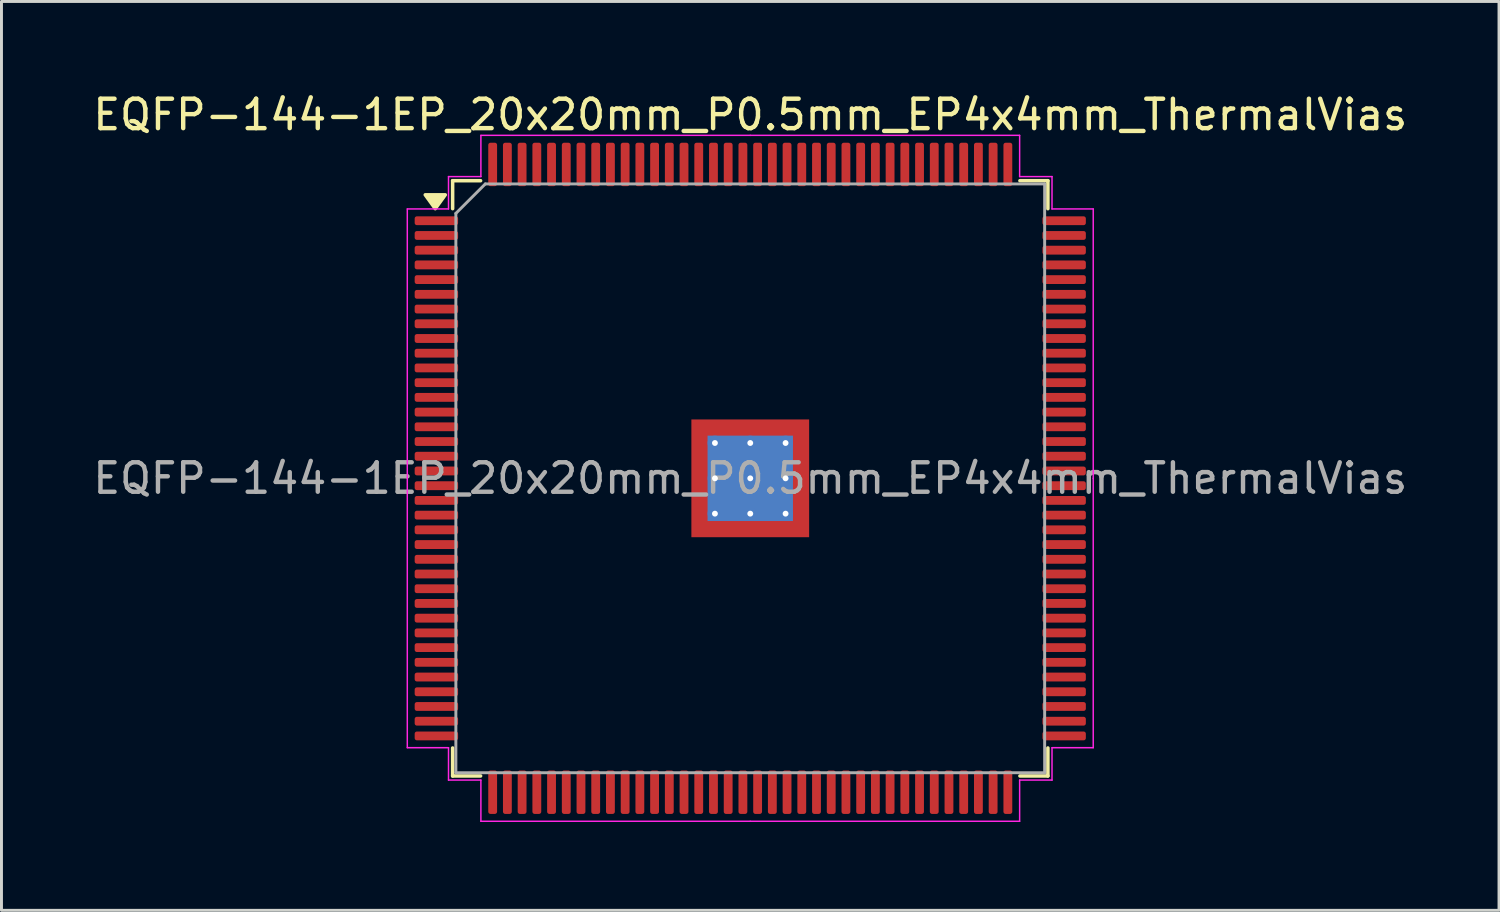
<source format=kicad_pcb>
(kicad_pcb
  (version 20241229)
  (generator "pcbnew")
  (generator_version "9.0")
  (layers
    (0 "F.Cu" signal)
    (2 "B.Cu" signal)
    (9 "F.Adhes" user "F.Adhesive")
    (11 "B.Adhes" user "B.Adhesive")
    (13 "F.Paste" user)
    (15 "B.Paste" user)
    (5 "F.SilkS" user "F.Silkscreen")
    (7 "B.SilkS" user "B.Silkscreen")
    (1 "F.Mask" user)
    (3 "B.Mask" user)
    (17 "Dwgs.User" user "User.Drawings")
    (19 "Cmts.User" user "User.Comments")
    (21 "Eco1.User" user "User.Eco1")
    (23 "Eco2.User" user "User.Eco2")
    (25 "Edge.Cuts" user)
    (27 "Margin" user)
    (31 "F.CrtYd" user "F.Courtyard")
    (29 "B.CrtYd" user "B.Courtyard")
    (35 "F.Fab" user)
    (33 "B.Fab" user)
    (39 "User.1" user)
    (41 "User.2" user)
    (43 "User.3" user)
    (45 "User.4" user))
  (footprint "EQFP-144-1EP_20x20mm_P0.5mm_EP4x4mm_ThermalVias"
    (layer "F.Cu")
    (at 22.435 13.198)
    (property "Reference" "EQFP-144-1EP_20x20mm_P0.5mm_EP4x4mm_ThermalVias" (at 0 -12.35 0) (layer "F.SilkS") (effects (font (size 1 1) (thickness 0.15))))
    (attr smd)
    (fp_line (start -10.11 -10.11) (end -10.11 -9.16) (stroke (width 0.12) (type solid)) (layer "F.SilkS"))
    (fp_line (start -10.11 10.11) (end -10.11 9.16) (stroke (width 0.12) (type solid)) (layer "F.SilkS"))
    (fp_line (start -9.16 -10.11) (end -10.11 -10.11) (stroke (width 0.12) (type solid)) (layer "F.SilkS"))
    (fp_line (start -9.16 10.11) (end -10.11 10.11) (stroke (width 0.12) (type solid)) (layer "F.SilkS"))
    (fp_line (start 9.16 -10.11) (end 10.11 -10.11) (stroke (width 0.12) (type solid)) (layer "F.SilkS"))
    (fp_line (start 9.16 10.11) (end 10.11 10.11) (stroke (width 0.12) (type solid)) (layer "F.SilkS"))
    (fp_line (start 10.11 -10.11) (end 10.11 -9.16) (stroke (width 0.12) (type solid)) (layer "F.SilkS"))
    (fp_line (start 10.11 10.11) (end 10.11 9.16) (stroke (width 0.12) (type solid)) (layer "F.SilkS"))
    (fp_poly (pts (xy -10.7 -9.16) (xy -11.04 -9.63) (xy -10.36 -9.63) (xy -10.7 -9.16)) (stroke (width 0.12) (type solid)) (fill yes) (layer "F.SilkS"))
    (fp_line (start -11.65 -9.15) (end -11.65 0) (stroke (width 0.05) (type solid)) (layer "F.CrtYd"))
    (fp_line (start -11.65 9.15) (end -11.65 0) (stroke (width 0.05) (type solid)) (layer "F.CrtYd"))
    (fp_line (start -10.25 -10.25) (end -10.25 -9.15) (stroke (width 0.05) (type solid)) (layer "F.CrtYd"))
    (fp_line (start -10.25 -9.15) (end -11.65 -9.15) (stroke (width 0.05) (type solid)) (layer "F.CrtYd"))
    (fp_line (start -10.25 9.15) (end -11.65 9.15) (stroke (width 0.05) (type solid)) (layer "F.CrtYd"))
    (fp_line (start -10.25 10.25) (end -10.25 9.15) (stroke (width 0.05) (type solid)) (layer "F.CrtYd"))
    (fp_line (start -9.15 -11.65) (end -9.15 -10.25) (stroke (width 0.05) (type solid)) (layer "F.CrtYd"))
    (fp_line (start -9.15 -10.25) (end -10.25 -10.25) (stroke (width 0.05) (type solid)) (layer "F.CrtYd"))
    (fp_line (start -9.15 10.25) (end -10.25 10.25) (stroke (width 0.05) (type solid)) (layer "F.CrtYd"))
    (fp_line (start -9.15 11.65) (end -9.15 10.25) (stroke (width 0.05) (type solid)) (layer "F.CrtYd"))
    (fp_line (start 0 -11.65) (end -9.15 -11.65) (stroke (width 0.05) (type solid)) (layer "F.CrtYd"))
    (fp_line (start 0 -11.65) (end 9.15 -11.65) (stroke (width 0.05) (type solid)) (layer "F.CrtYd"))
    (fp_line (start 0 11.65) (end -9.15 11.65) (stroke (width 0.05) (type solid)) (layer "F.CrtYd"))
    (fp_line (start 0 11.65) (end 9.15 11.65) (stroke (width 0.05) (type solid)) (layer "F.CrtYd"))
    (fp_line (start 9.15 -11.65) (end 9.15 -10.25) (stroke (width 0.05) (type solid)) (layer "F.CrtYd"))
    (fp_line (start 9.15 -10.25) (end 10.25 -10.25) (stroke (width 0.05) (type solid)) (layer "F.CrtYd"))
    (fp_line (start 9.15 10.25) (end 10.25 10.25) (stroke (width 0.05) (type solid)) (layer "F.CrtYd"))
    (fp_line (start 9.15 11.65) (end 9.15 10.25) (stroke (width 0.05) (type solid)) (layer "F.CrtYd"))
    (fp_line (start 10.25 -10.25) (end 10.25 -9.15) (stroke (width 0.05) (type solid)) (layer "F.CrtYd"))
    (fp_line (start 10.25 -9.15) (end 11.65 -9.15) (stroke (width 0.05) (type solid)) (layer "F.CrtYd"))
    (fp_line (start 10.25 9.15) (end 11.65 9.15) (stroke (width 0.05) (type solid)) (layer "F.CrtYd"))
    (fp_line (start 10.25 10.25) (end 10.25 9.15) (stroke (width 0.05) (type solid)) (layer "F.CrtYd"))
    (fp_line (start 11.65 -9.15) (end 11.65 0) (stroke (width 0.05) (type solid)) (layer "F.CrtYd"))
    (fp_line (start 11.65 9.15) (end 11.65 0) (stroke (width 0.05) (type solid)) (layer "F.CrtYd"))
    (fp_line (start -10 -9) (end -9 -10) (stroke (width 0.1) (type solid)) (layer "F.Fab"))
    (fp_line (start -10 10) (end -10 -9) (stroke (width 0.1) (type solid)) (layer "F.Fab"))
    (fp_line (start -9 -10) (end 10 -10) (stroke (width 0.1) (type solid)) (layer "F.Fab"))
    (fp_line (start 10 -10) (end 10 10) (stroke (width 0.1) (type solid)) (layer "F.Fab"))
    (fp_line (start 10 10) (end -10 10) (stroke (width 0.1) (type solid)) (layer "F.Fab"))
    (fp_text user "${REFERENCE}" (at 0 0 0) (layer "F.Fab") (effects (font (size 1 1) (thickness 0.15))))
    (pad "" smd custom (at -1.6 -1.6) (size 0.555 0.555) (layers "F.Paste") (options (anchor circle)) (primitives (gr_poly (pts (xy -0.232 -0.232) (xy 0.232 -0.232) (xy 0.232 0.157) (xy 0.157 0.232) (xy -0.232 0.232)) (width 0.181) (fill yes))))
    (pad "" smd roundrect (at -1.6 -0.6) (size 0.645 0.967) (layers "F.Paste") (roundrect_rratio 0.25))
    (pad "" smd roundrect (at -1.6 0.6) (size 0.645 0.967) (layers "F.Paste") (roundrect_rratio 0.25))
    (pad "" smd custom (at -1.6 1.6) (size 0.555 0.555) (layers "F.Paste") (options (anchor circle)) (primitives (gr_poly (pts (xy -0.232 -0.232) (xy 0.157 -0.232) (xy 0.232 -0.157) (xy 0.232 0.232) (xy -0.232 0.232)) (width 0.181) (fill yes))))
    (pad "" smd roundrect (at -0.6 -1.6) (size 0.967 0.645) (layers "F.Paste") (roundrect_rratio 0.25))
    (pad "" smd roundrect (at -0.6 -0.6) (size 0.967 0.967) (layers "F.Paste") (roundrect_rratio 0.25))
    (pad "" smd roundrect (at -0.6 0.6) (size 0.967 0.967) (layers "F.Paste") (roundrect_rratio 0.25))
    (pad "" smd roundrect (at -0.6 1.6) (size 0.967 0.645) (layers "F.Paste") (roundrect_rratio 0.25))
    (pad "" smd roundrect (at 0.6 -1.6) (size 0.967 0.645) (layers "F.Paste") (roundrect_rratio 0.25))
    (pad "" smd roundrect (at 0.6 -0.6) (size 0.967 0.967) (layers "F.Paste") (roundrect_rratio 0.25))
    (pad "" smd roundrect (at 0.6 0.6) (size 0.967 0.967) (layers "F.Paste") (roundrect_rratio 0.25))
    (pad "" smd roundrect (at 0.6 1.6) (size 0.967 0.645) (layers "F.Paste") (roundrect_rratio 0.25))
    (pad "" smd custom (at 1.6 -1.6) (size 0.555 0.555) (layers "F.Paste") (options (anchor circle)) (primitives (gr_poly (pts (xy -0.232 -0.232) (xy 0.232 -0.232) (xy 0.232 0.232) (xy -0.157 0.232) (xy -0.232 0.157)) (width 0.181) (fill yes))))
    (pad "" smd roundrect (at 1.6 -0.6) (size 0.645 0.967) (layers "F.Paste") (roundrect_rratio 0.25))
    (pad "" smd roundrect (at 1.6 0.6) (size 0.645 0.967) (layers "F.Paste") (roundrect_rratio 0.25))
    (pad "" smd custom (at 1.6 1.6) (size 0.555 0.555) (layers "F.Paste") (options (anchor circle)) (primitives (gr_poly (pts (xy -0.232 -0.157) (xy -0.157 -0.232) (xy 0.232 -0.232) (xy 0.232 0.232) (xy -0.232 0.232)) (width 0.181) (fill yes))))
    (pad "1" smd roundrect (at -10.662 -8.75) (size 1.475 0.3) (layers "F.Cu" "F.Mask" "F.Paste") (roundrect_rratio 0.25))
    (pad "2" smd roundrect (at -10.662 -8.25) (size 1.475 0.3) (layers "F.Cu" "F.Mask" "F.Paste") (roundrect_rratio 0.25))
    (pad "3" smd roundrect (at -10.662 -7.75) (size 1.475 0.3) (layers "F.Cu" "F.Mask" "F.Paste") (roundrect_rratio 0.25))
    (pad "4" smd roundrect (at -10.662 -7.25) (size 1.475 0.3) (layers "F.Cu" "F.Mask" "F.Paste") (roundrect_rratio 0.25))
    (pad "5" smd roundrect (at -10.662 -6.75) (size 1.475 0.3) (layers "F.Cu" "F.Mask" "F.Paste") (roundrect_rratio 0.25))
    (pad "6" smd roundrect (at -10.662 -6.25) (size 1.475 0.3) (layers "F.Cu" "F.Mask" "F.Paste") (roundrect_rratio 0.25))
    (pad "7" smd roundrect (at -10.662 -5.75) (size 1.475 0.3) (layers "F.Cu" "F.Mask" "F.Paste") (roundrect_rratio 0.25))
    (pad "8" smd roundrect (at -10.662 -5.25) (size 1.475 0.3) (layers "F.Cu" "F.Mask" "F.Paste") (roundrect_rratio 0.25))
    (pad "9" smd roundrect (at -10.662 -4.75) (size 1.475 0.3) (layers "F.Cu" "F.Mask" "F.Paste") (roundrect_rratio 0.25))
    (pad "10" smd roundrect (at -10.662 -4.25) (size 1.475 0.3) (layers "F.Cu" "F.Mask" "F.Paste") (roundrect_rratio 0.25))
    (pad "11" smd roundrect (at -10.662 -3.75) (size 1.475 0.3) (layers "F.Cu" "F.Mask" "F.Paste") (roundrect_rratio 0.25))
    (pad "12" smd roundrect (at -10.662 -3.25) (size 1.475 0.3) (layers "F.Cu" "F.Mask" "F.Paste") (roundrect_rratio 0.25))
    (pad "13" smd roundrect (at -10.662 -2.75) (size 1.475 0.3) (layers "F.Cu" "F.Mask" "F.Paste") (roundrect_rratio 0.25))
    (pad "14" smd roundrect (at -10.662 -2.25) (size 1.475 0.3) (layers "F.Cu" "F.Mask" "F.Paste") (roundrect_rratio 0.25))
    (pad "15" smd roundrect (at -10.662 -1.75) (size 1.475 0.3) (layers "F.Cu" "F.Mask" "F.Paste") (roundrect_rratio 0.25))
    (pad "16" smd roundrect (at -10.662 -1.25) (size 1.475 0.3) (layers "F.Cu" "F.Mask" "F.Paste") (roundrect_rratio 0.25))
    (pad "17" smd roundrect (at -10.662 -0.75) (size 1.475 0.3) (layers "F.Cu" "F.Mask" "F.Paste") (roundrect_rratio 0.25))
    (pad "18" smd roundrect (at -10.662 -0.25) (size 1.475 0.3) (layers "F.Cu" "F.Mask" "F.Paste") (roundrect_rratio 0.25))
    (pad "19" smd roundrect (at -10.662 0.25) (size 1.475 0.3) (layers "F.Cu" "F.Mask" "F.Paste") (roundrect_rratio 0.25))
    (pad "20" smd roundrect (at -10.662 0.75) (size 1.475 0.3) (layers "F.Cu" "F.Mask" "F.Paste") (roundrect_rratio 0.25))
    (pad "21" smd roundrect (at -10.662 1.25) (size 1.475 0.3) (layers "F.Cu" "F.Mask" "F.Paste") (roundrect_rratio 0.25))
    (pad "22" smd roundrect (at -10.662 1.75) (size 1.475 0.3) (layers "F.Cu" "F.Mask" "F.Paste") (roundrect_rratio 0.25))
    (pad "23" smd roundrect (at -10.662 2.25) (size 1.475 0.3) (layers "F.Cu" "F.Mask" "F.Paste") (roundrect_rratio 0.25))
    (pad "24" smd roundrect (at -10.662 2.75) (size 1.475 0.3) (layers "F.Cu" "F.Mask" "F.Paste") (roundrect_rratio 0.25))
    (pad "25" smd roundrect (at -10.662 3.25) (size 1.475 0.3) (layers "F.Cu" "F.Mask" "F.Paste") (roundrect_rratio 0.25))
    (pad "26" smd roundrect (at -10.662 3.75) (size 1.475 0.3) (layers "F.Cu" "F.Mask" "F.Paste") (roundrect_rratio 0.25))
    (pad "27" smd roundrect (at -10.662 4.25) (size 1.475 0.3) (layers "F.Cu" "F.Mask" "F.Paste") (roundrect_rratio 0.25))
    (pad "28" smd roundrect (at -10.662 4.75) (size 1.475 0.3) (layers "F.Cu" "F.Mask" "F.Paste") (roundrect_rratio 0.25))
    (pad "29" smd roundrect (at -10.662 5.25) (size 1.475 0.3) (layers "F.Cu" "F.Mask" "F.Paste") (roundrect_rratio 0.25))
    (pad "30" smd roundrect (at -10.662 5.75) (size 1.475 0.3) (layers "F.Cu" "F.Mask" "F.Paste") (roundrect_rratio 0.25))
    (pad "31" smd roundrect (at -10.662 6.25) (size 1.475 0.3) (layers "F.Cu" "F.Mask" "F.Paste") (roundrect_rratio 0.25))
    (pad "32" smd roundrect (at -10.662 6.75) (size 1.475 0.3) (layers "F.Cu" "F.Mask" "F.Paste") (roundrect_rratio 0.25))
    (pad "33" smd roundrect (at -10.662 7.25) (size 1.475 0.3) (layers "F.Cu" "F.Mask" "F.Paste") (roundrect_rratio 0.25))
    (pad "34" smd roundrect (at -10.662 7.75) (size 1.475 0.3) (layers "F.Cu" "F.Mask" "F.Paste") (roundrect_rratio 0.25))
    (pad "35" smd roundrect (at -10.662 8.25) (size 1.475 0.3) (layers "F.Cu" "F.Mask" "F.Paste") (roundrect_rratio 0.25))
    (pad "36" smd roundrect (at -10.662 8.75) (size 1.475 0.3) (layers "F.Cu" "F.Mask" "F.Paste") (roundrect_rratio 0.25))
    (pad "37" smd roundrect (at -8.75 10.662) (size 0.3 1.475) (layers "F.Cu" "F.Mask" "F.Paste") (roundrect_rratio 0.25))
    (pad "38" smd roundrect (at -8.25 10.662) (size 0.3 1.475) (layers "F.Cu" "F.Mask" "F.Paste") (roundrect_rratio 0.25))
    (pad "39" smd roundrect (at -7.75 10.662) (size 0.3 1.475) (layers "F.Cu" "F.Mask" "F.Paste") (roundrect_rratio 0.25))
    (pad "40" smd roundrect (at -7.25 10.662) (size 0.3 1.475) (layers "F.Cu" "F.Mask" "F.Paste") (roundrect_rratio 0.25))
    (pad "41" smd roundrect (at -6.75 10.662) (size 0.3 1.475) (layers "F.Cu" "F.Mask" "F.Paste") (roundrect_rratio 0.25))
    (pad "42" smd roundrect (at -6.25 10.662) (size 0.3 1.475) (layers "F.Cu" "F.Mask" "F.Paste") (roundrect_rratio 0.25))
    (pad "43" smd roundrect (at -5.75 10.662) (size 0.3 1.475) (layers "F.Cu" "F.Mask" "F.Paste") (roundrect_rratio 0.25))
    (pad "44" smd roundrect (at -5.25 10.662) (size 0.3 1.475) (layers "F.Cu" "F.Mask" "F.Paste") (roundrect_rratio 0.25))
    (pad "45" smd roundrect (at -4.75 10.662) (size 0.3 1.475) (layers "F.Cu" "F.Mask" "F.Paste") (roundrect_rratio 0.25))
    (pad "46" smd roundrect (at -4.25 10.662) (size 0.3 1.475) (layers "F.Cu" "F.Mask" "F.Paste") (roundrect_rratio 0.25))
    (pad "47" smd roundrect (at -3.75 10.662) (size 0.3 1.475) (layers "F.Cu" "F.Mask" "F.Paste") (roundrect_rratio 0.25))
    (pad "48" smd roundrect (at -3.25 10.662) (size 0.3 1.475) (layers "F.Cu" "F.Mask" "F.Paste") (roundrect_rratio 0.25))
    (pad "49" smd roundrect (at -2.75 10.662) (size 0.3 1.475) (layers "F.Cu" "F.Mask" "F.Paste") (roundrect_rratio 0.25))
    (pad "50" smd roundrect (at -2.25 10.662) (size 0.3 1.475) (layers "F.Cu" "F.Mask" "F.Paste") (roundrect_rratio 0.25))
    (pad "51" smd roundrect (at -1.75 10.662) (size 0.3 1.475) (layers "F.Cu" "F.Mask" "F.Paste") (roundrect_rratio 0.25))
    (pad "52" smd roundrect (at -1.25 10.662) (size 0.3 1.475) (layers "F.Cu" "F.Mask" "F.Paste") (roundrect_rratio 0.25))
    (pad "53" smd roundrect (at -0.75 10.662) (size 0.3 1.475) (layers "F.Cu" "F.Mask" "F.Paste") (roundrect_rratio 0.25))
    (pad "54" smd roundrect (at -0.25 10.662) (size 0.3 1.475) (layers "F.Cu" "F.Mask" "F.Paste") (roundrect_rratio 0.25))
    (pad "55" smd roundrect (at 0.25 10.662) (size 0.3 1.475) (layers "F.Cu" "F.Mask" "F.Paste") (roundrect_rratio 0.25))
    (pad "56" smd roundrect (at 0.75 10.662) (size 0.3 1.475) (layers "F.Cu" "F.Mask" "F.Paste") (roundrect_rratio 0.25))
    (pad "57" smd roundrect (at 1.25 10.662) (size 0.3 1.475) (layers "F.Cu" "F.Mask" "F.Paste") (roundrect_rratio 0.25))
    (pad "58" smd roundrect (at 1.75 10.662) (size 0.3 1.475) (layers "F.Cu" "F.Mask" "F.Paste") (roundrect_rratio 0.25))
    (pad "59" smd roundrect (at 2.25 10.662) (size 0.3 1.475) (layers "F.Cu" "F.Mask" "F.Paste") (roundrect_rratio 0.25))
    (pad "60" smd roundrect (at 2.75 10.662) (size 0.3 1.475) (layers "F.Cu" "F.Mask" "F.Paste") (roundrect_rratio 0.25))
    (pad "61" smd roundrect (at 3.25 10.662) (size 0.3 1.475) (layers "F.Cu" "F.Mask" "F.Paste") (roundrect_rratio 0.25))
    (pad "62" smd roundrect (at 3.75 10.662) (size 0.3 1.475) (layers "F.Cu" "F.Mask" "F.Paste") (roundrect_rratio 0.25))
    (pad "63" smd roundrect (at 4.25 10.662) (size 0.3 1.475) (layers "F.Cu" "F.Mask" "F.Paste") (roundrect_rratio 0.25))
    (pad "64" smd roundrect (at 4.75 10.662) (size 0.3 1.475) (layers "F.Cu" "F.Mask" "F.Paste") (roundrect_rratio 0.25))
    (pad "65" smd roundrect (at 5.25 10.662) (size 0.3 1.475) (layers "F.Cu" "F.Mask" "F.Paste") (roundrect_rratio 0.25))
    (pad "66" smd roundrect (at 5.75 10.662) (size 0.3 1.475) (layers "F.Cu" "F.Mask" "F.Paste") (roundrect_rratio 0.25))
    (pad "67" smd roundrect (at 6.25 10.662) (size 0.3 1.475) (layers "F.Cu" "F.Mask" "F.Paste") (roundrect_rratio 0.25))
    (pad "68" smd roundrect (at 6.75 10.662) (size 0.3 1.475) (layers "F.Cu" "F.Mask" "F.Paste") (roundrect_rratio 0.25))
    (pad "69" smd roundrect (at 7.25 10.662) (size 0.3 1.475) (layers "F.Cu" "F.Mask" "F.Paste") (roundrect_rratio 0.25))
    (pad "70" smd roundrect (at 7.75 10.662) (size 0.3 1.475) (layers "F.Cu" "F.Mask" "F.Paste") (roundrect_rratio 0.25))
    (pad "71" smd roundrect (at 8.25 10.662) (size 0.3 1.475) (layers "F.Cu" "F.Mask" "F.Paste") (roundrect_rratio 0.25))
    (pad "72" smd roundrect (at 8.75 10.662) (size 0.3 1.475) (layers "F.Cu" "F.Mask" "F.Paste") (roundrect_rratio 0.25))
    (pad "73" smd roundrect (at 10.662 8.75) (size 1.475 0.3) (layers "F.Cu" "F.Mask" "F.Paste") (roundrect_rratio 0.25))
    (pad "74" smd roundrect (at 10.662 8.25) (size 1.475 0.3) (layers "F.Cu" "F.Mask" "F.Paste") (roundrect_rratio 0.25))
    (pad "75" smd roundrect (at 10.662 7.75) (size 1.475 0.3) (layers "F.Cu" "F.Mask" "F.Paste") (roundrect_rratio 0.25))
    (pad "76" smd roundrect (at 10.662 7.25) (size 1.475 0.3) (layers "F.Cu" "F.Mask" "F.Paste") (roundrect_rratio 0.25))
    (pad "77" smd roundrect (at 10.662 6.75) (size 1.475 0.3) (layers "F.Cu" "F.Mask" "F.Paste") (roundrect_rratio 0.25))
    (pad "78" smd roundrect (at 10.662 6.25) (size 1.475 0.3) (layers "F.Cu" "F.Mask" "F.Paste") (roundrect_rratio 0.25))
    (pad "79" smd roundrect (at 10.662 5.75) (size 1.475 0.3) (layers "F.Cu" "F.Mask" "F.Paste") (roundrect_rratio 0.25))
    (pad "80" smd roundrect (at 10.662 5.25) (size 1.475 0.3) (layers "F.Cu" "F.Mask" "F.Paste") (roundrect_rratio 0.25))
    (pad "81" smd roundrect (at 10.662 4.75) (size 1.475 0.3) (layers "F.Cu" "F.Mask" "F.Paste") (roundrect_rratio 0.25))
    (pad "82" smd roundrect (at 10.662 4.25) (size 1.475 0.3) (layers "F.Cu" "F.Mask" "F.Paste") (roundrect_rratio 0.25))
    (pad "83" smd roundrect (at 10.662 3.75) (size 1.475 0.3) (layers "F.Cu" "F.Mask" "F.Paste") (roundrect_rratio 0.25))
    (pad "84" smd roundrect (at 10.662 3.25) (size 1.475 0.3) (layers "F.Cu" "F.Mask" "F.Paste") (roundrect_rratio 0.25))
    (pad "85" smd roundrect (at 10.662 2.75) (size 1.475 0.3) (layers "F.Cu" "F.Mask" "F.Paste") (roundrect_rratio 0.25))
    (pad "86" smd roundrect (at 10.662 2.25) (size 1.475 0.3) (layers "F.Cu" "F.Mask" "F.Paste") (roundrect_rratio 0.25))
    (pad "87" smd roundrect (at 10.662 1.75) (size 1.475 0.3) (layers "F.Cu" "F.Mask" "F.Paste") (roundrect_rratio 0.25))
    (pad "88" smd roundrect (at 10.662 1.25) (size 1.475 0.3) (layers "F.Cu" "F.Mask" "F.Paste") (roundrect_rratio 0.25))
    (pad "89" smd roundrect (at 10.662 0.75) (size 1.475 0.3) (layers "F.Cu" "F.Mask" "F.Paste") (roundrect_rratio 0.25))
    (pad "90" smd roundrect (at 10.662 0.25) (size 1.475 0.3) (layers "F.Cu" "F.Mask" "F.Paste") (roundrect_rratio 0.25))
    (pad "91" smd roundrect (at 10.662 -0.25) (size 1.475 0.3) (layers "F.Cu" "F.Mask" "F.Paste") (roundrect_rratio 0.25))
    (pad "92" smd roundrect (at 10.662 -0.75) (size 1.475 0.3) (layers "F.Cu" "F.Mask" "F.Paste") (roundrect_rratio 0.25))
    (pad "93" smd roundrect (at 10.662 -1.25) (size 1.475 0.3) (layers "F.Cu" "F.Mask" "F.Paste") (roundrect_rratio 0.25))
    (pad "94" smd roundrect (at 10.662 -1.75) (size 1.475 0.3) (layers "F.Cu" "F.Mask" "F.Paste") (roundrect_rratio 0.25))
    (pad "95" smd roundrect (at 10.662 -2.25) (size 1.475 0.3) (layers "F.Cu" "F.Mask" "F.Paste") (roundrect_rratio 0.25))
    (pad "96" smd roundrect (at 10.662 -2.75) (size 1.475 0.3) (layers "F.Cu" "F.Mask" "F.Paste") (roundrect_rratio 0.25))
    (pad "97" smd roundrect (at 10.662 -3.25) (size 1.475 0.3) (layers "F.Cu" "F.Mask" "F.Paste") (roundrect_rratio 0.25))
    (pad "98" smd roundrect (at 10.662 -3.75) (size 1.475 0.3) (layers "F.Cu" "F.Mask" "F.Paste") (roundrect_rratio 0.25))
    (pad "99" smd roundrect (at 10.662 -4.25) (size 1.475 0.3) (layers "F.Cu" "F.Mask" "F.Paste") (roundrect_rratio 0.25))
    (pad "100" smd roundrect (at 10.662 -4.75) (size 1.475 0.3) (layers "F.Cu" "F.Mask" "F.Paste") (roundrect_rratio 0.25))
    (pad "101" smd roundrect (at 10.662 -5.25) (size 1.475 0.3) (layers "F.Cu" "F.Mask" "F.Paste") (roundrect_rratio 0.25))
    (pad "102" smd roundrect (at 10.662 -5.75) (size 1.475 0.3) (layers "F.Cu" "F.Mask" "F.Paste") (roundrect_rratio 0.25))
    (pad "103" smd roundrect (at 10.662 -6.25) (size 1.475 0.3) (layers "F.Cu" "F.Mask" "F.Paste") (roundrect_rratio 0.25))
    (pad "104" smd roundrect (at 10.662 -6.75) (size 1.475 0.3) (layers "F.Cu" "F.Mask" "F.Paste") (roundrect_rratio 0.25))
    (pad "105" smd roundrect (at 10.662 -7.25) (size 1.475 0.3) (layers "F.Cu" "F.Mask" "F.Paste") (roundrect_rratio 0.25))
    (pad "106" smd roundrect (at 10.662 -7.75) (size 1.475 0.3) (layers "F.Cu" "F.Mask" "F.Paste") (roundrect_rratio 0.25))
    (pad "107" smd roundrect (at 10.662 -8.25) (size 1.475 0.3) (layers "F.Cu" "F.Mask" "F.Paste") (roundrect_rratio 0.25))
    (pad "108" smd roundrect (at 10.662 -8.75) (size 1.475 0.3) (layers "F.Cu" "F.Mask" "F.Paste") (roundrect_rratio 0.25))
    (pad "109" smd roundrect (at 8.75 -10.662) (size 0.3 1.475) (layers "F.Cu" "F.Mask" "F.Paste") (roundrect_rratio 0.25))
    (pad "110" smd roundrect (at 8.25 -10.662) (size 0.3 1.475) (layers "F.Cu" "F.Mask" "F.Paste") (roundrect_rratio 0.25))
    (pad "111" smd roundrect (at 7.75 -10.662) (size 0.3 1.475) (layers "F.Cu" "F.Mask" "F.Paste") (roundrect_rratio 0.25))
    (pad "112" smd roundrect (at 7.25 -10.662) (size 0.3 1.475) (layers "F.Cu" "F.Mask" "F.Paste") (roundrect_rratio 0.25))
    (pad "113" smd roundrect (at 6.75 -10.662) (size 0.3 1.475) (layers "F.Cu" "F.Mask" "F.Paste") (roundrect_rratio 0.25))
    (pad "114" smd roundrect (at 6.25 -10.662) (size 0.3 1.475) (layers "F.Cu" "F.Mask" "F.Paste") (roundrect_rratio 0.25))
    (pad "115" smd roundrect (at 5.75 -10.662) (size 0.3 1.475) (layers "F.Cu" "F.Mask" "F.Paste") (roundrect_rratio 0.25))
    (pad "116" smd roundrect (at 5.25 -10.662) (size 0.3 1.475) (layers "F.Cu" "F.Mask" "F.Paste") (roundrect_rratio 0.25))
    (pad "117" smd roundrect (at 4.75 -10.662) (size 0.3 1.475) (layers "F.Cu" "F.Mask" "F.Paste") (roundrect_rratio 0.25))
    (pad "118" smd roundrect (at 4.25 -10.662) (size 0.3 1.475) (layers "F.Cu" "F.Mask" "F.Paste") (roundrect_rratio 0.25))
    (pad "119" smd roundrect (at 3.75 -10.662) (size 0.3 1.475) (layers "F.Cu" "F.Mask" "F.Paste") (roundrect_rratio 0.25))
    (pad "120" smd roundrect (at 3.25 -10.662) (size 0.3 1.475) (layers "F.Cu" "F.Mask" "F.Paste") (roundrect_rratio 0.25))
    (pad "121" smd roundrect (at 2.75 -10.662) (size 0.3 1.475) (layers "F.Cu" "F.Mask" "F.Paste") (roundrect_rratio 0.25))
    (pad "122" smd roundrect (at 2.25 -10.662) (size 0.3 1.475) (layers "F.Cu" "F.Mask" "F.Paste") (roundrect_rratio 0.25))
    (pad "123" smd roundrect (at 1.75 -10.662) (size 0.3 1.475) (layers "F.Cu" "F.Mask" "F.Paste") (roundrect_rratio 0.25))
    (pad "124" smd roundrect (at 1.25 -10.662) (size 0.3 1.475) (layers "F.Cu" "F.Mask" "F.Paste") (roundrect_rratio 0.25))
    (pad "125" smd roundrect (at 0.75 -10.662) (size 0.3 1.475) (layers "F.Cu" "F.Mask" "F.Paste") (roundrect_rratio 0.25))
    (pad "126" smd roundrect (at 0.25 -10.662) (size 0.3 1.475) (layers "F.Cu" "F.Mask" "F.Paste") (roundrect_rratio 0.25))
    (pad "127" smd roundrect (at -0.25 -10.662) (size 0.3 1.475) (layers "F.Cu" "F.Mask" "F.Paste") (roundrect_rratio 0.25))
    (pad "128" smd roundrect (at -0.75 -10.662) (size 0.3 1.475) (layers "F.Cu" "F.Mask" "F.Paste") (roundrect_rratio 0.25))
    (pad "129" smd roundrect (at -1.25 -10.662) (size 0.3 1.475) (layers "F.Cu" "F.Mask" "F.Paste") (roundrect_rratio 0.25))
    (pad "130" smd roundrect (at -1.75 -10.662) (size 0.3 1.475) (layers "F.Cu" "F.Mask" "F.Paste") (roundrect_rratio 0.25))
    (pad "131" smd roundrect (at -2.25 -10.662) (size 0.3 1.475) (layers "F.Cu" "F.Mask" "F.Paste") (roundrect_rratio 0.25))
    (pad "132" smd roundrect (at -2.75 -10.662) (size 0.3 1.475) (layers "F.Cu" "F.Mask" "F.Paste") (roundrect_rratio 0.25))
    (pad "133" smd roundrect (at -3.25 -10.662) (size 0.3 1.475) (layers "F.Cu" "F.Mask" "F.Paste") (roundrect_rratio 0.25))
    (pad "134" smd roundrect (at -3.75 -10.662) (size 0.3 1.475) (layers "F.Cu" "F.Mask" "F.Paste") (roundrect_rratio 0.25))
    (pad "135" smd roundrect (at -4.25 -10.662) (size 0.3 1.475) (layers "F.Cu" "F.Mask" "F.Paste") (roundrect_rratio 0.25))
    (pad "136" smd roundrect (at -4.75 -10.662) (size 0.3 1.475) (layers "F.Cu" "F.Mask" "F.Paste") (roundrect_rratio 0.25))
    (pad "137" smd roundrect (at -5.25 -10.662) (size 0.3 1.475) (layers "F.Cu" "F.Mask" "F.Paste") (roundrect_rratio 0.25))
    (pad "138" smd roundrect (at -5.75 -10.662) (size 0.3 1.475) (layers "F.Cu" "F.Mask" "F.Paste") (roundrect_rratio 0.25))
    (pad "139" smd roundrect (at -6.25 -10.662) (size 0.3 1.475) (layers "F.Cu" "F.Mask" "F.Paste") (roundrect_rratio 0.25))
    (pad "140" smd roundrect (at -6.75 -10.662) (size 0.3 1.475) (layers "F.Cu" "F.Mask" "F.Paste") (roundrect_rratio 0.25))
    (pad "141" smd roundrect (at -7.25 -10.662) (size 0.3 1.475) (layers "F.Cu" "F.Mask" "F.Paste") (roundrect_rratio 0.25))
    (pad "142" smd roundrect (at -7.75 -10.662) (size 0.3 1.475) (layers "F.Cu" "F.Mask" "F.Paste") (roundrect_rratio 0.25))
    (pad "143" smd roundrect (at -8.25 -10.662) (size 0.3 1.475) (layers "F.Cu" "F.Mask" "F.Paste") (roundrect_rratio 0.25))
    (pad "144" smd roundrect (at -8.75 -10.662) (size 0.3 1.475) (layers "F.Cu" "F.Mask" "F.Paste") (roundrect_rratio 0.25))
    (pad "145" thru_hole circle (at -1.2 -1.2) (size 0.5 0.5) (drill 0.2) (property pad_prop_heatsink) (layers "*.Cu"))
    (pad "145" thru_hole circle (at -1.2 0) (size 0.5 0.5) (drill 0.2) (property pad_prop_heatsink) (layers "*.Cu"))
    (pad "145" thru_hole circle (at -1.2 1.2) (size 0.5 0.5) (drill 0.2) (property pad_prop_heatsink) (layers "*.Cu"))
    (pad "145" thru_hole circle (at 0 -1.2) (size 0.5 0.5) (drill 0.2) (property pad_prop_heatsink) (layers "*.Cu"))
    (pad "145" thru_hole circle (at 0 0) (size 0.5 0.5) (drill 0.2) (property pad_prop_heatsink) (layers "*.Cu"))
    (pad "145" smd rect (at 0 0) (size 2.9 2.9) (property pad_prop_heatsink) (layers "B.Cu"))
    (pad "145" smd rect (at 0 0) (size 4 4) (property pad_prop_heatsink) (layers "F.Cu" "F.Mask"))
    (pad "145" thru_hole circle (at 0 1.2) (size 0.5 0.5) (drill 0.2) (property pad_prop_heatsink) (layers "*.Cu"))
    (pad "145" thru_hole circle (at 1.2 -1.2) (size 0.5 0.5) (drill 0.2) (property pad_prop_heatsink) (layers "*.Cu"))
    (pad "145" thru_hole circle (at 1.2 0) (size 0.5 0.5) (drill 0.2) (property pad_prop_heatsink) (layers "*.Cu"))
    (pad "145" thru_hole circle (at 1.2 1.2) (size 0.5 0.5) (drill 0.2) (property pad_prop_heatsink) (layers "*.Cu")))
  (gr_rect
    (start -3 -3)
    (end 47.869 27.873)
    (stroke (width 0.1) (type default))
    (fill no)
    (layer "Edge.Cuts")))
</source>
